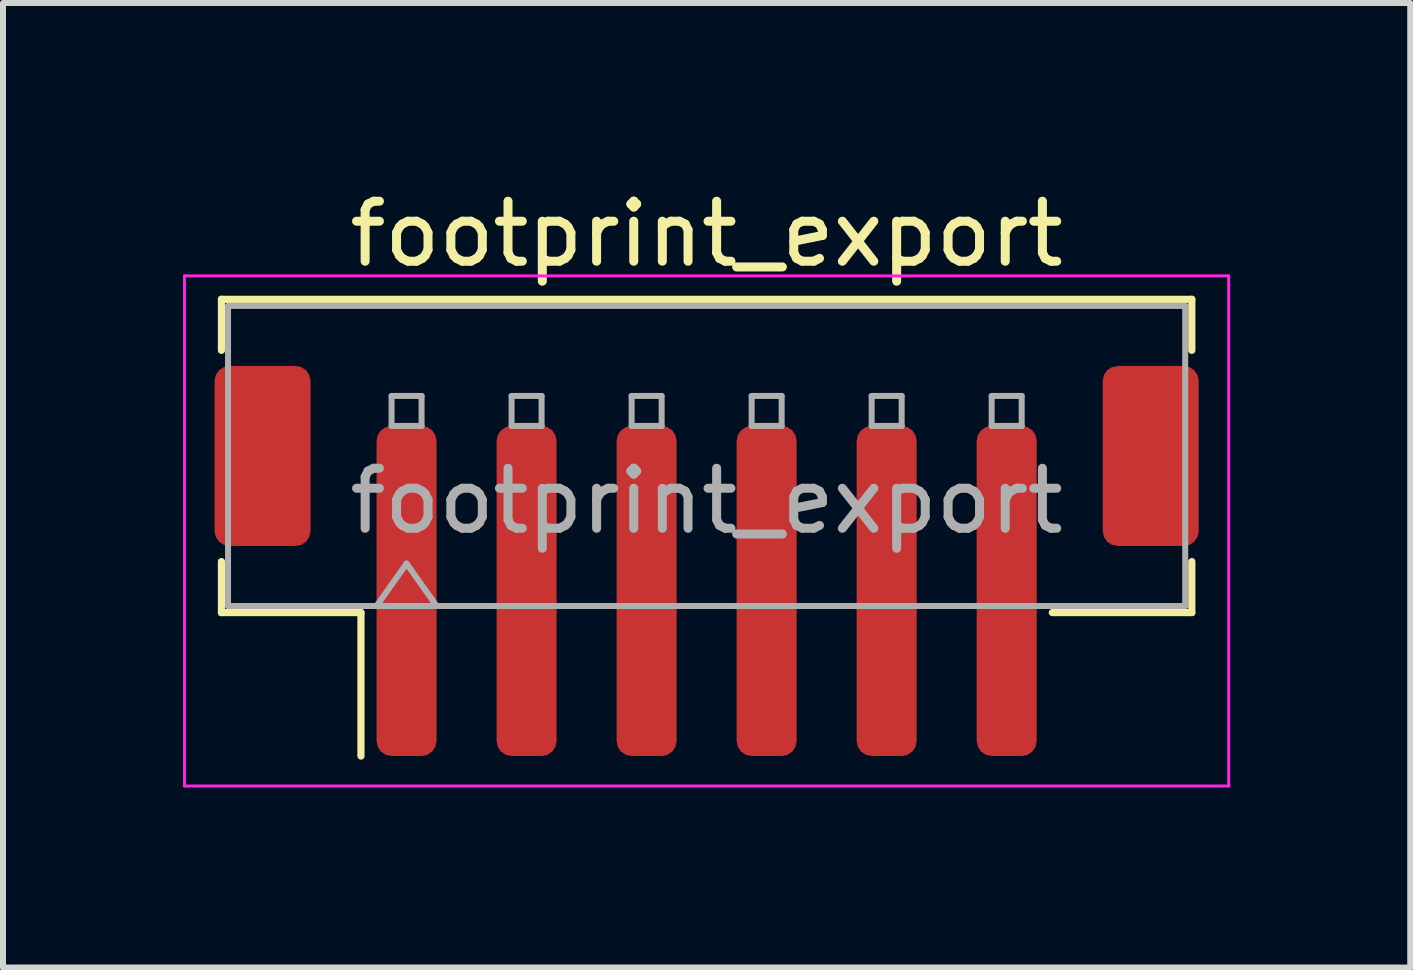
<source format=kicad_pcb>
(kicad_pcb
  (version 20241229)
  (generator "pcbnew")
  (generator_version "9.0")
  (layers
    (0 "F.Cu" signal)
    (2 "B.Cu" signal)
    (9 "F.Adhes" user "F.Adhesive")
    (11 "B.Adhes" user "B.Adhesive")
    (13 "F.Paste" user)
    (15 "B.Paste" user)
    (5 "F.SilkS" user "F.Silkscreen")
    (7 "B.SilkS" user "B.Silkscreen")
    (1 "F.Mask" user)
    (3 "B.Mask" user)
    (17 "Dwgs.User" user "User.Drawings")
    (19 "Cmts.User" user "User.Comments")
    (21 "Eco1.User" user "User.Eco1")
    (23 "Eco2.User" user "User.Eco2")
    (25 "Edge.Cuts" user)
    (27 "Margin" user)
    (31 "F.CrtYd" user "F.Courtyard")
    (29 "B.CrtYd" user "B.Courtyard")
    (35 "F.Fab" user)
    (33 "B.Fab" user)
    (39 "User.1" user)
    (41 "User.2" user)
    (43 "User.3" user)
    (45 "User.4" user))
  (footprint "footprint_export"
    (layer "F.Cu")
    (at 8.725 6.298)
    (property "Reference" "footprint_export" (at 0 -5.45 0) (layer "F.SilkS") (effects (font (size 1 1) (thickness 0.15))))
    (attr smd)
    (fp_line (start -8.085 -4.36) (end 8.085 -4.36) (stroke (width 0.12) (type solid)) (layer "F.SilkS"))
    (fp_line (start -8.085 -3.51) (end -8.085 -4.36) (stroke (width 0.12) (type solid)) (layer "F.SilkS"))
    (fp_line (start -8.085 0.01) (end -8.085 0.86) (stroke (width 0.12) (type solid)) (layer "F.SilkS"))
    (fp_line (start -8.085 0.86) (end -5.76 0.86) (stroke (width 0.12) (type solid)) (layer "F.SilkS"))
    (fp_line (start -5.76 0.86) (end -5.76 3.25) (stroke (width 0.12) (type solid)) (layer "F.SilkS"))
    (fp_line (start 8.085 -4.36) (end 8.085 -3.51) (stroke (width 0.12) (type solid)) (layer "F.SilkS"))
    (fp_line (start 8.085 0.01) (end 8.085 0.86) (stroke (width 0.12) (type solid)) (layer "F.SilkS"))
    (fp_line (start 8.085 0.86) (end 5.76 0.86) (stroke (width 0.12) (type solid)) (layer "F.SilkS"))
    (fp_line (start -8.7 -4.75) (end -8.7 3.75) (stroke (width 0.05) (type solid)) (layer "F.CrtYd"))
    (fp_line (start -8.7 3.75) (end 8.7 3.75) (stroke (width 0.05) (type solid)) (layer "F.CrtYd"))
    (fp_line (start 8.7 -4.75) (end -8.7 -4.75) (stroke (width 0.05) (type solid)) (layer "F.CrtYd"))
    (fp_line (start 8.7 3.75) (end 8.7 -4.75) (stroke (width 0.05) (type solid)) (layer "F.CrtYd"))
    (fp_line (start -7.975 -4.25) (end 7.975 -4.25) (stroke (width 0.1) (type solid)) (layer "F.Fab"))
    (fp_line (start -7.975 0.75) (end -7.975 -4.25) (stroke (width 0.1) (type solid)) (layer "F.Fab"))
    (fp_line (start -7.975 0.75) (end 7.975 0.75) (stroke (width 0.1) (type solid)) (layer "F.Fab"))
    (fp_line (start -5.5 0.75) (end -5 0.043) (stroke (width 0.1) (type solid)) (layer "F.Fab"))
    (fp_line (start -5.25 -2.75) (end -5.25 -2.25) (stroke (width 0.1) (type solid)) (layer "F.Fab"))
    (fp_line (start -5.25 -2.25) (end -4.75 -2.25) (stroke (width 0.1) (type solid)) (layer "F.Fab"))
    (fp_line (start -5 0.043) (end -4.5 0.75) (stroke (width 0.1) (type solid)) (layer "F.Fab"))
    (fp_line (start -4.75 -2.75) (end -5.25 -2.75) (stroke (width 0.1) (type solid)) (layer "F.Fab"))
    (fp_line (start -4.75 -2.25) (end -4.75 -2.75) (stroke (width 0.1) (type solid)) (layer "F.Fab"))
    (fp_line (start -3.25 -2.75) (end -3.25 -2.25) (stroke (width 0.1) (type solid)) (layer "F.Fab"))
    (fp_line (start -3.25 -2.25) (end -2.75 -2.25) (stroke (width 0.1) (type solid)) (layer "F.Fab"))
    (fp_line (start -2.75 -2.75) (end -3.25 -2.75) (stroke (width 0.1) (type solid)) (layer "F.Fab"))
    (fp_line (start -2.75 -2.25) (end -2.75 -2.75) (stroke (width 0.1) (type solid)) (layer "F.Fab"))
    (fp_line (start -1.25 -2.75) (end -1.25 -2.25) (stroke (width 0.1) (type solid)) (layer "F.Fab"))
    (fp_line (start -1.25 -2.25) (end -0.75 -2.25) (stroke (width 0.1) (type solid)) (layer "F.Fab"))
    (fp_line (start -0.75 -2.75) (end -1.25 -2.75) (stroke (width 0.1) (type solid)) (layer "F.Fab"))
    (fp_line (start -0.75 -2.25) (end -0.75 -2.75) (stroke (width 0.1) (type solid)) (layer "F.Fab"))
    (fp_line (start 0.75 -2.75) (end 0.75 -2.25) (stroke (width 0.1) (type solid)) (layer "F.Fab"))
    (fp_line (start 0.75 -2.25) (end 1.25 -2.25) (stroke (width 0.1) (type solid)) (layer "F.Fab"))
    (fp_line (start 1.25 -2.75) (end 0.75 -2.75) (stroke (width 0.1) (type solid)) (layer "F.Fab"))
    (fp_line (start 1.25 -2.25) (end 1.25 -2.75) (stroke (width 0.1) (type solid)) (layer "F.Fab"))
    (fp_line (start 2.75 -2.75) (end 2.75 -2.25) (stroke (width 0.1) (type solid)) (layer "F.Fab"))
    (fp_line (start 2.75 -2.25) (end 3.25 -2.25) (stroke (width 0.1) (type solid)) (layer "F.Fab"))
    (fp_line (start 3.25 -2.75) (end 2.75 -2.75) (stroke (width 0.1) (type solid)) (layer "F.Fab"))
    (fp_line (start 3.25 -2.25) (end 3.25 -2.75) (stroke (width 0.1) (type solid)) (layer "F.Fab"))
    (fp_line (start 4.75 -2.75) (end 4.75 -2.25) (stroke (width 0.1) (type solid)) (layer "F.Fab"))
    (fp_line (start 4.75 -2.25) (end 5.25 -2.25) (stroke (width 0.1) (type solid)) (layer "F.Fab"))
    (fp_line (start 5.25 -2.75) (end 4.75 -2.75) (stroke (width 0.1) (type solid)) (layer "F.Fab"))
    (fp_line (start 5.25 -2.25) (end 5.25 -2.75) (stroke (width 0.1) (type solid)) (layer "F.Fab"))
    (fp_line (start 7.975 0.75) (end 7.975 -4.25) (stroke (width 0.1) (type solid)) (layer "F.Fab"))
    (fp_text user "${REFERENCE}" (at 0 -1 0) (layer "F.Fab") (effects (font (size 1 1) (thickness 0.15))))
    (pad "1" smd roundrect (at -5 0.5) (size 1 5.5) (layers "F.Cu" "F.Mask" "F.Paste") (roundrect_rratio 0.25))
    (pad "2" smd roundrect (at -3 0.5) (size 1 5.5) (layers "F.Cu" "F.Mask" "F.Paste") (roundrect_rratio 0.25))
    (pad "3" smd roundrect (at -1 0.5) (size 1 5.5) (layers "F.Cu" "F.Mask" "F.Paste") (roundrect_rratio 0.25))
    (pad "4" smd roundrect (at 1 0.5) (size 1 5.5) (layers "F.Cu" "F.Mask" "F.Paste") (roundrect_rratio 0.25))
    (pad "5" smd roundrect (at 3 0.5) (size 1 5.5) (layers "F.Cu" "F.Mask" "F.Paste") (roundrect_rratio 0.25))
    (pad "6" smd roundrect (at 5 0.5) (size 1 5.5) (layers "F.Cu" "F.Mask" "F.Paste") (roundrect_rratio 0.25))
    (pad "MP" smd roundrect (at -7.4 -1.75) (size 1.6 3) (layers "F.Cu" "F.Mask" "F.Paste") (roundrect_rratio 0.156))
    (pad "MP" smd roundrect (at 7.4 -1.75) (size 1.6 3) (layers "F.Cu" "F.Mask" "F.Paste") (roundrect_rratio 0.156)))
  (gr_rect
    (start -3 -3)
    (end 20.45 13.073)
    (stroke (width 0.1) (type default))
    (fill no)
    (layer "Edge.Cuts")))
</source>
